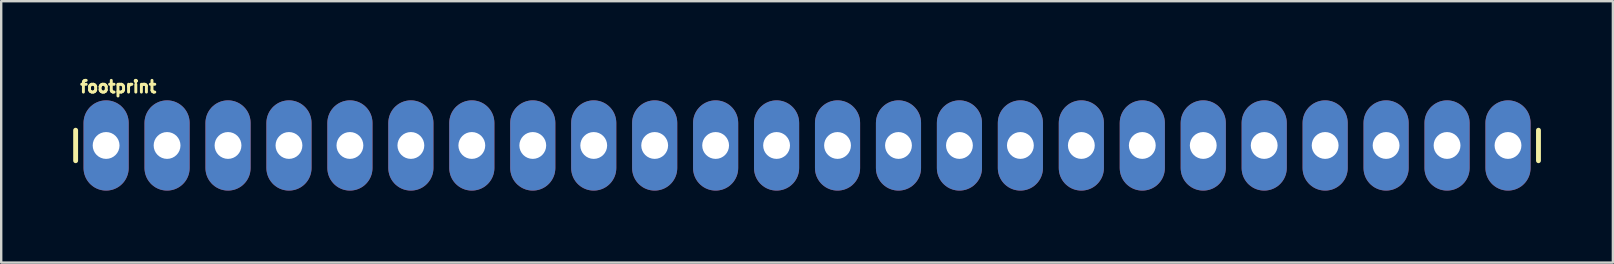
<source format=kicad_pcb>
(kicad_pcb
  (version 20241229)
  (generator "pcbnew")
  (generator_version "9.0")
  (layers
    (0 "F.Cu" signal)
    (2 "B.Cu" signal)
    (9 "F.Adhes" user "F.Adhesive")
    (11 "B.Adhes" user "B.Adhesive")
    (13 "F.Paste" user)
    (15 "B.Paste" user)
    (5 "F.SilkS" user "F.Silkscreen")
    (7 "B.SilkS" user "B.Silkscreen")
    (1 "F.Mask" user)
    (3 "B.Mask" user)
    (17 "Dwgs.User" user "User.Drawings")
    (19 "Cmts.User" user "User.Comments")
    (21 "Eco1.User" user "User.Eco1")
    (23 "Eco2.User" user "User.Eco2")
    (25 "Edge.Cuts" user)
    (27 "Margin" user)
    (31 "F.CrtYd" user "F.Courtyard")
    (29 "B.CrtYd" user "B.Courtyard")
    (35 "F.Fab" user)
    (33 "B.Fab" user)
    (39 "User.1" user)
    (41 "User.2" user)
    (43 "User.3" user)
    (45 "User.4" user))
  (footprint "footprint"
    (layer "F.Cu")
    (at 28.042 3.012)
    (property "Reference" "footprint" (at -27.813 -2.159 0) (layer "F.SilkS") (effects (font (size 0.488 0.488) (thickness 0.122)) (justify left bottom)))
    (fp_line (start -27.94 -0.635) (end -27.94 0.635) (stroke (width 0.203) (type solid)) (layer "F.SilkS"))
    (fp_line (start 33.02 -0.635) (end 33.02 0.635) (stroke (width 0.203) (type solid)) (layer "F.SilkS"))
    (fp_poly (pts (xy -26.924 0.254) (xy -26.416 0.254) (xy -26.416 -0.254) (xy -26.924 -0.254)) (stroke (width 0.1) (type solid)) (fill no) (layer "F.Fab"))
    (fp_poly (pts (xy -24.384 0.254) (xy -23.876 0.254) (xy -23.876 -0.254) (xy -24.384 -0.254)) (stroke (width 0.1) (type solid)) (fill no) (layer "F.Fab"))
    (fp_poly (pts (xy -21.844 0.254) (xy -21.336 0.254) (xy -21.336 -0.254) (xy -21.844 -0.254)) (stroke (width 0.1) (type solid)) (fill no) (layer "F.Fab"))
    (fp_poly (pts (xy -19.304 0.254) (xy -18.796 0.254) (xy -18.796 -0.254) (xy -19.304 -0.254)) (stroke (width 0.1) (type solid)) (fill no) (layer "F.Fab"))
    (fp_poly (pts (xy -16.764 0.254) (xy -16.256 0.254) (xy -16.256 -0.254) (xy -16.764 -0.254)) (stroke (width 0.1) (type solid)) (fill no) (layer "F.Fab"))
    (fp_poly (pts (xy -14.224 0.254) (xy -13.716 0.254) (xy -13.716 -0.254) (xy -14.224 -0.254)) (stroke (width 0.1) (type solid)) (fill no) (layer "F.Fab"))
    (fp_poly (pts (xy -11.684 0.254) (xy -11.176 0.254) (xy -11.176 -0.254) (xy -11.684 -0.254)) (stroke (width 0.1) (type solid)) (fill no) (layer "F.Fab"))
    (fp_poly (pts (xy -9.144 0.254) (xy -8.636 0.254) (xy -8.636 -0.254) (xy -9.144 -0.254)) (stroke (width 0.1) (type solid)) (fill no) (layer "F.Fab"))
    (fp_poly (pts (xy -6.604 0.254) (xy -6.096 0.254) (xy -6.096 -0.254) (xy -6.604 -0.254)) (stroke (width 0.1) (type solid)) (fill no) (layer "F.Fab"))
    (fp_poly (pts (xy -4.064 0.254) (xy -3.556 0.254) (xy -3.556 -0.254) (xy -4.064 -0.254)) (stroke (width 0.1) (type solid)) (fill no) (layer "F.Fab"))
    (fp_poly (pts (xy -1.524 0.254) (xy -1.016 0.254) (xy -1.016 -0.254) (xy -1.524 -0.254)) (stroke (width 0.1) (type solid)) (fill no) (layer "F.Fab"))
    (fp_poly (pts (xy 1.016 0.254) (xy 1.524 0.254) (xy 1.524 -0.254) (xy 1.016 -0.254)) (stroke (width 0.1) (type solid)) (fill no) (layer "F.Fab"))
    (fp_poly (pts (xy 3.556 0.254) (xy 4.064 0.254) (xy 4.064 -0.254) (xy 3.556 -0.254)) (stroke (width 0.1) (type solid)) (fill no) (layer "F.Fab"))
    (fp_poly (pts (xy 6.096 0.254) (xy 6.604 0.254) (xy 6.604 -0.254) (xy 6.096 -0.254)) (stroke (width 0.1) (type solid)) (fill no) (layer "F.Fab"))
    (fp_poly (pts (xy 8.636 0.254) (xy 9.144 0.254) (xy 9.144 -0.254) (xy 8.636 -0.254)) (stroke (width 0.1) (type solid)) (fill no) (layer "F.Fab"))
    (fp_poly (pts (xy 11.176 0.254) (xy 11.684 0.254) (xy 11.684 -0.254) (xy 11.176 -0.254)) (stroke (width 0.1) (type solid)) (fill no) (layer "F.Fab"))
    (fp_poly (pts (xy 13.716 0.254) (xy 14.224 0.254) (xy 14.224 -0.254) (xy 13.716 -0.254)) (stroke (width 0.1) (type solid)) (fill no) (layer "F.Fab"))
    (fp_poly (pts (xy 16.256 0.254) (xy 16.764 0.254) (xy 16.764 -0.254) (xy 16.256 -0.254)) (stroke (width 0.1) (type solid)) (fill no) (layer "F.Fab"))
    (fp_poly (pts (xy 18.796 0.254) (xy 19.304 0.254) (xy 19.304 -0.254) (xy 18.796 -0.254)) (stroke (width 0.1) (type solid)) (fill no) (layer "F.Fab"))
    (fp_poly (pts (xy 21.336 0.254) (xy 21.844 0.254) (xy 21.844 -0.254) (xy 21.336 -0.254)) (stroke (width 0.1) (type solid)) (fill no) (layer "F.Fab"))
    (fp_poly (pts (xy 23.876 0.254) (xy 24.384 0.254) (xy 24.384 -0.254) (xy 23.876 -0.254)) (stroke (width 0.1) (type solid)) (fill no) (layer "F.Fab"))
    (fp_poly (pts (xy 26.416 0.254) (xy 26.924 0.254) (xy 26.924 -0.254) (xy 26.416 -0.254)) (stroke (width 0.1) (type solid)) (fill no) (layer "F.Fab"))
    (fp_poly (pts (xy 28.956 0.254) (xy 29.464 0.254) (xy 29.464 -0.254) (xy 28.956 -0.254)) (stroke (width 0.1) (type solid)) (fill no) (layer "F.Fab"))
    (fp_poly (pts (xy 31.496 0.254) (xy 32.004 0.254) (xy 32.004 -0.254) (xy 31.496 -0.254)) (stroke (width 0.1) (type solid)) (fill no) (layer "F.Fab"))
    (pad "2" thru_hole oval (at -26.67 0 90) (size 3.759 1.88) (drill 1.118) (layers "*.Cu" "*.Mask"))
    (pad "3" thru_hole oval (at -24.13 0 90) (size 3.759 1.88) (drill 1.118) (layers "*.Cu" "*.Mask"))
    (pad "4" thru_hole oval (at -21.59 0 90) (size 3.759 1.88) (drill 1.118) (layers "*.Cu" "*.Mask"))
    (pad "5" thru_hole oval (at -19.05 0 90) (size 3.759 1.88) (drill 1.118) (layers "*.Cu" "*.Mask"))
    (pad "6" thru_hole oval (at -16.51 0 90) (size 3.759 1.88) (drill 1.118) (layers "*.Cu" "*.Mask"))
    (pad "7" thru_hole oval (at -13.97 0 90) (size 3.759 1.88) (drill 1.118) (layers "*.Cu" "*.Mask"))
    (pad "8" thru_hole oval (at -11.43 0 90) (size 3.759 1.88) (drill 1.118) (layers "*.Cu" "*.Mask"))
    (pad "9" thru_hole oval (at -8.89 0 90) (size 3.759 1.88) (drill 1.118) (layers "*.Cu" "*.Mask"))
    (pad "10" thru_hole oval (at -6.35 0 90) (size 3.759 1.88) (drill 1.118) (layers "*.Cu" "*.Mask"))
    (pad "11" thru_hole oval (at -3.81 0 90) (size 3.759 1.88) (drill 1.118) (layers "*.Cu" "*.Mask"))
    (pad "12" thru_hole oval (at -1.27 0 90) (size 3.759 1.88) (drill 1.118) (layers "*.Cu" "*.Mask"))
    (pad "13" thru_hole oval (at 1.27 0 90) (size 3.759 1.88) (drill 1.118) (layers "*.Cu" "*.Mask"))
    (pad "14" thru_hole oval (at 3.81 0 90) (size 3.759 1.88) (drill 1.118) (layers "*.Cu" "*.Mask"))
    (pad "15" thru_hole oval (at 6.35 0 90) (size 3.759 1.88) (drill 1.118) (layers "*.Cu" "*.Mask"))
    (pad "16" thru_hole oval (at 8.89 0 90) (size 3.759 1.88) (drill 1.118) (layers "*.Cu" "*.Mask"))
    (pad "17" thru_hole oval (at 11.43 0 90) (size 3.759 1.88) (drill 1.118) (layers "*.Cu" "*.Mask"))
    (pad "18" thru_hole oval (at 13.97 0 90) (size 3.759 1.88) (drill 1.118) (layers "*.Cu" "*.Mask"))
    (pad "19" thru_hole oval (at 16.51 0 90) (size 3.759 1.88) (drill 1.118) (layers "*.Cu" "*.Mask"))
    (pad "20" thru_hole oval (at 19.05 0 90) (size 3.759 1.88) (drill 1.118) (layers "*.Cu" "*.Mask"))
    (pad "21" thru_hole oval (at 21.59 0 90) (size 3.759 1.88) (drill 1.118) (layers "*.Cu" "*.Mask"))
    (pad "22" thru_hole oval (at 24.13 0 90) (size 3.759 1.88) (drill 1.118) (layers "*.Cu" "*.Mask"))
    (pad "23" thru_hole oval (at 26.67 0 90) (size 3.759 1.88) (drill 1.118) (layers "*.Cu" "*.Mask"))
    (pad "24" thru_hole oval (at 29.21 0 90) (size 3.759 1.88) (drill 1.118) (layers "*.Cu" "*.Mask"))
    (pad "25" thru_hole oval (at 31.75 0 90) (size 3.759 1.88) (drill 1.118) (layers "*.Cu" "*.Mask")))
  (gr_rect
    (start -3 -3)
    (end 64.163 7.892)
    (stroke (width 0.1) (type default))
    (fill no)
    (layer "Edge.Cuts")))
</source>
